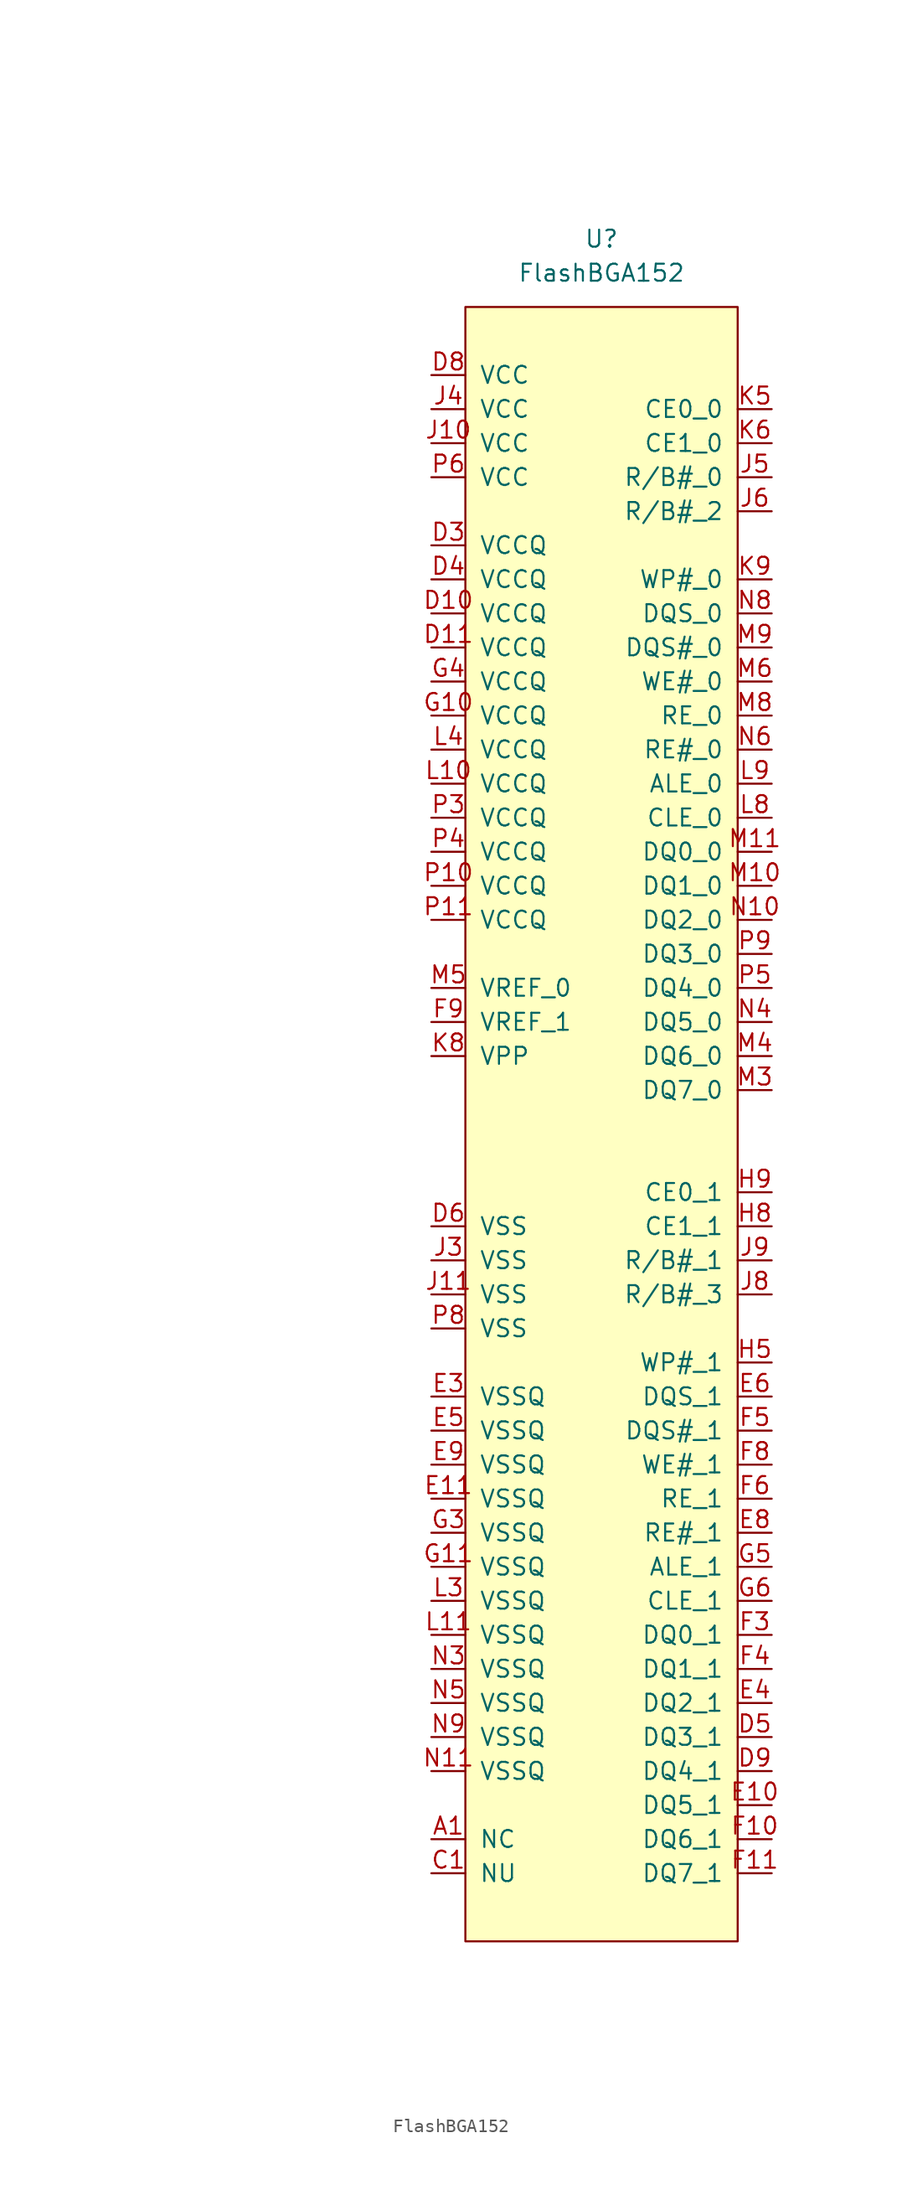
<source format=kicad_sym>
(kicad_symbol_lib
  (version 20211014)
  (generator kicad_symbol_editor)
  (symbol "FlashBGA152"
    (pin_names
      (offset 1.016))
    (property "Reference" "U"
      (at 0 0 0)
      (effects (font (size 1.27 1.27))))
    (property "Value" "FlashBGA152"
      (at 0 -2.54 0)
      (effects (font (size 1.27 1.27))))
    (symbol "FlashBGA152_0_1"
      (rectangle (start -10.16 -5.08) (end 10.16 -127) (stroke (width 0) (type default) (color 0 0 0 0)) (fill (type background))))
    (symbol "FlashBGA152_1_1"
      (pin input line (at -12.7 -119.38 0) (length 2.54) (name "NC" (effects (font (size 1.27 1.27)))) (number "A1" (effects (font (size 1.27 1.27)))))
      (pin input line (at -35.56 -38.1 0) (length 2.54) hide (name "NC" (effects (font (size 1.27 1.27)))) (number "A10" (effects (font (size 1.27 1.27)))))
      (pin input line (at -35.56 -40.64 0) (length 2.54) hide (name "NC" (effects (font (size 1.27 1.27)))) (number "A11" (effects (font (size 1.27 1.27)))))
      (pin input line (at -35.56 -43.18 0) (length 2.54) hide (name "NC" (effects (font (size 1.27 1.27)))) (number "A12" (effects (font (size 1.27 1.27)))))
      (pin input line (at -35.56 -45.72 0) (length 2.54) hide (name "NC" (effects (font (size 1.27 1.27)))) (number "A13" (effects (font (size 1.27 1.27)))))
      (pin input line (at -35.56 -48.26 0) (length 2.54) hide (name "NC" (effects (font (size 1.27 1.27)))) (number "A2" (effects (font (size 1.27 1.27)))))
      (pin input line (at -35.56 -50.8 0) (length 2.54) hide (name "NC" (effects (font (size 1.27 1.27)))) (number "A3" (effects (font (size 1.27 1.27)))))
      (pin input line (at -35.56 -53.34 0) (length 2.54) hide (name "NC" (effects (font (size 1.27 1.27)))) (number "A4" (effects (font (size 1.27 1.27)))))
      (pin input line (at -35.56 -55.88 0) (length 2.54) hide (name "NC" (effects (font (size 1.27 1.27)))) (number "B1" (effects (font (size 1.27 1.27)))))
      (pin input line (at -35.56 -58.42 0) (length 2.54) hide (name "NC" (effects (font (size 1.27 1.27)))) (number "B10" (effects (font (size 1.27 1.27)))))
      (pin input line (at -35.56 -60.96 0) (length 2.54) hide (name "NC" (effects (font (size 1.27 1.27)))) (number "B11" (effects (font (size 1.27 1.27)))))
      (pin input line (at -35.56 -63.5 0) (length 2.54) hide (name "NC" (effects (font (size 1.27 1.27)))) (number "B12" (effects (font (size 1.27 1.27)))))
      (pin input line (at -35.56 -66.04 0) (length 2.54) hide (name "NC" (effects (font (size 1.27 1.27)))) (number "B13" (effects (font (size 1.27 1.27)))))
      (pin input line (at -35.56 -68.58 0) (length 2.54) hide (name "NC" (effects (font (size 1.27 1.27)))) (number "B2" (effects (font (size 1.27 1.27)))))
      (pin input line (at -35.56 -71.12 0) (length 2.54) hide (name "NC" (effects (font (size 1.27 1.27)))) (number "B3" (effects (font (size 1.27 1.27)))))
      (pin input line (at -35.56 -73.66 0) (length 2.54) hide (name "NC" (effects (font (size 1.27 1.27)))) (number "B4" (effects (font (size 1.27 1.27)))))
      (pin input line (at -12.7 -121.92 0) (length 2.54) (name "NU" (effects (font (size 1.27 1.27)))) (number "C1" (effects (font (size 1.27 1.27)))))
      (pin input line (at -25.4 -38.1 0) (length 2.54) hide (name "NU" (effects (font (size 1.27 1.27)))) (number "C10" (effects (font (size 1.27 1.27)))))
      (pin input line (at -25.4 -40.64 0) (length 2.54) hide (name "NU" (effects (font (size 1.27 1.27)))) (number "C11" (effects (font (size 1.27 1.27)))))
      (pin input line (at -25.4 -43.18 0) (length 2.54) hide (name "NU" (effects (font (size 1.27 1.27)))) (number "C12" (effects (font (size 1.27 1.27)))))
      (pin input line (at -25.4 -45.72 0) (length 2.54) hide (name "NU" (effects (font (size 1.27 1.27)))) (number "C13" (effects (font (size 1.27 1.27)))))
      (pin input line (at -25.4 -48.26 0) (length 2.54) hide (name "NU" (effects (font (size 1.27 1.27)))) (number "C2" (effects (font (size 1.27 1.27)))))
      (pin input line (at -25.4 -50.8 0) (length 2.54) hide (name "NU" (effects (font (size 1.27 1.27)))) (number "C3" (effects (font (size 1.27 1.27)))))
      (pin input line (at -25.4 -53.34 0) (length 2.54) hide (name "NU" (effects (font (size 1.27 1.27)))) (number "C4" (effects (font (size 1.27 1.27)))))
      (pin input line (at -25.4 -55.88 0) (length 2.54) hide (name "NU" (effects (font (size 1.27 1.27)))) (number "D1" (effects (font (size 1.27 1.27)))))
      (pin input line (at -12.7 -27.94 0) (length 2.54) (name "VCCQ" (effects (font (size 1.27 1.27)))) (number "D10" (effects (font (size 1.27 1.27)))))
      (pin input line (at -12.7 -30.48 0) (length 2.54) (name "VCCQ" (effects (font (size 1.27 1.27)))) (number "D11" (effects (font (size 1.27 1.27)))))
      (pin input line (at -25.4 -58.42 0) (length 2.54) hide (name "NU" (effects (font (size 1.27 1.27)))) (number "D12" (effects (font (size 1.27 1.27)))))
      (pin input line (at -25.4 -60.96 0) (length 2.54) hide (name "NU" (effects (font (size 1.27 1.27)))) (number "D13" (effects (font (size 1.27 1.27)))))
      (pin input line (at -25.4 -63.5 0) (length 2.54) hide (name "NU" (effects (font (size 1.27 1.27)))) (number "D2" (effects (font (size 1.27 1.27)))))
      (pin input line (at -12.7 -22.86 0) (length 2.54) (name "VCCQ" (effects (font (size 1.27 1.27)))) (number "D3" (effects (font (size 1.27 1.27)))))
      (pin input line (at -12.7 -25.4 0) (length 2.54) (name "VCCQ" (effects (font (size 1.27 1.27)))) (number "D4" (effects (font (size 1.27 1.27)))))
      (pin input line (at 12.7 -111.76 180) (length 2.54) (name "DQ3_1" (effects (font (size 1.27 1.27)))) (number "D5" (effects (font (size 1.27 1.27)))))
      (pin input line (at -12.7 -73.66 0) (length 2.54) (name "VSS" (effects (font (size 1.27 1.27)))) (number "D6" (effects (font (size 1.27 1.27)))))
      (pin input line (at -12.7 -10.16 0) (length 2.54) (name "VCC" (effects (font (size 1.27 1.27)))) (number "D8" (effects (font (size 1.27 1.27)))))
      (pin input line (at 12.7 -114.3 180) (length 2.54) (name "DQ4_1" (effects (font (size 1.27 1.27)))) (number "D9" (effects (font (size 1.27 1.27)))))
      (pin input line (at -25.4 -66.04 0) (length 2.54) hide (name "NU" (effects (font (size 1.27 1.27)))) (number "E1" (effects (font (size 1.27 1.27)))))
      (pin input line (at 12.7 -116.84 180) (length 2.54) (name "DQ5_1" (effects (font (size 1.27 1.27)))) (number "E10" (effects (font (size 1.27 1.27)))))
      (pin input line (at -12.7 -93.98 0) (length 2.54) (name "VSSQ" (effects (font (size 1.27 1.27)))) (number "E11" (effects (font (size 1.27 1.27)))))
      (pin input line (at -25.4 -68.58 0) (length 2.54) hide (name "NU" (effects (font (size 1.27 1.27)))) (number "E12" (effects (font (size 1.27 1.27)))))
      (pin input line (at -25.4 -71.12 0) (length 2.54) hide (name "NU" (effects (font (size 1.27 1.27)))) (number "E13" (effects (font (size 1.27 1.27)))))
      (pin input line (at -25.4 -73.66 0) (length 2.54) hide (name "NU" (effects (font (size 1.27 1.27)))) (number "E2" (effects (font (size 1.27 1.27)))))
      (pin input line (at -12.7 -86.36 0) (length 2.54) (name "VSSQ" (effects (font (size 1.27 1.27)))) (number "E3" (effects (font (size 1.27 1.27)))))
      (pin input line (at 12.7 -109.22 180) (length 2.54) (name "DQ2_1" (effects (font (size 1.27 1.27)))) (number "E4" (effects (font (size 1.27 1.27)))))
      (pin input line (at -12.7 -88.9 0) (length 2.54) (name "VSSQ" (effects (font (size 1.27 1.27)))) (number "E5" (effects (font (size 1.27 1.27)))))
      (pin input line (at 12.7 -86.36 180) (length 2.54) (name "DQS_1" (effects (font (size 1.27 1.27)))) (number "E6" (effects (font (size 1.27 1.27)))))
      (pin input line (at 12.7 -96.52 180) (length 2.54) (name "RE#_1" (effects (font (size 1.27 1.27)))) (number "E8" (effects (font (size 1.27 1.27)))))
      (pin input line (at -12.7 -91.44 0) (length 2.54) (name "VSSQ" (effects (font (size 1.27 1.27)))) (number "E9" (effects (font (size 1.27 1.27)))))
      (pin input line (at 12.7 -119.38 180) (length 2.54) (name "DQ6_1" (effects (font (size 1.27 1.27)))) (number "F10" (effects (font (size 1.27 1.27)))))
      (pin input line (at 12.7 -121.92 180) (length 2.54) (name "DQ7_1" (effects (font (size 1.27 1.27)))) (number "F11" (effects (font (size 1.27 1.27)))))
      (pin input line (at 12.7 -104.14 180) (length 2.54) (name "DQ0_1" (effects (font (size 1.27 1.27)))) (number "F3" (effects (font (size 1.27 1.27)))))
      (pin input line (at 12.7 -106.68 180) (length 2.54) (name "DQ1_1" (effects (font (size 1.27 1.27)))) (number "F4" (effects (font (size 1.27 1.27)))))
      (pin input line (at 12.7 -88.9 180) (length 2.54) (name "DQS#_1" (effects (font (size 1.27 1.27)))) (number "F5" (effects (font (size 1.27 1.27)))))
      (pin input line (at 12.7 -93.98 180) (length 2.54) (name "RE_1" (effects (font (size 1.27 1.27)))) (number "F6" (effects (font (size 1.27 1.27)))))
      (pin input line (at 12.7 -91.44 180) (length 2.54) (name "WE#_1" (effects (font (size 1.27 1.27)))) (number "F8" (effects (font (size 1.27 1.27)))))
      (pin input line (at -12.7 -58.42 0) (length 2.54) (name "VREF_1" (effects (font (size 1.27 1.27)))) (number "F9" (effects (font (size 1.27 1.27)))))
      (pin input line (at -12.7 -35.56 0) (length 2.54) (name "VCCQ" (effects (font (size 1.27 1.27)))) (number "G10" (effects (font (size 1.27 1.27)))))
      (pin input line (at -12.7 -99.06 0) (length 2.54) (name "VSSQ" (effects (font (size 1.27 1.27)))) (number "G11" (effects (font (size 1.27 1.27)))))
      (pin input line (at -12.7 -96.52 0) (length 2.54) (name "VSSQ" (effects (font (size 1.27 1.27)))) (number "G3" (effects (font (size 1.27 1.27)))))
      (pin input line (at -12.7 -33.02 0) (length 2.54) (name "VCCQ" (effects (font (size 1.27 1.27)))) (number "G4" (effects (font (size 1.27 1.27)))))
      (pin input line (at 12.7 -99.06 180) (length 2.54) (name "ALE_1" (effects (font (size 1.27 1.27)))) (number "G5" (effects (font (size 1.27 1.27)))))
      (pin input line (at 12.7 -101.6 180) (length 2.54) (name "CLE_1" (effects (font (size 1.27 1.27)))) (number "G6" (effects (font (size 1.27 1.27)))))
      (pin input line (at -25.4 -76.2 0) (length 2.54) hide (name "NU" (effects (font (size 1.27 1.27)))) (number "H11" (effects (font (size 1.27 1.27)))))
      (pin input line (at -25.4 -78.74 0) (length 2.54) hide (name "NU" (effects (font (size 1.27 1.27)))) (number "H3" (effects (font (size 1.27 1.27)))))
      (pin input line (at -25.4 -81.28 0) (length 2.54) hide (name "NU" (effects (font (size 1.27 1.27)))) (number "H4" (effects (font (size 1.27 1.27)))))
      (pin input line (at 12.7 -83.82 180) (length 2.54) (name "WP#_1" (effects (font (size 1.27 1.27)))) (number "H5" (effects (font (size 1.27 1.27)))))
      (pin input line (at -25.4 -83.82 0) (length 2.54) hide (name "NU" (effects (font (size 1.27 1.27)))) (number "H6" (effects (font (size 1.27 1.27)))))
      (pin input line (at 12.7 -73.66 180) (length 2.54) (name "CE1_1" (effects (font (size 1.27 1.27)))) (number "H8" (effects (font (size 1.27 1.27)))))
      (pin input line (at 12.7 -71.12 180) (length 2.54) (name "CE0_1" (effects (font (size 1.27 1.27)))) (number "H9" (effects (font (size 1.27 1.27)))))
      (pin input line (at -12.7 -15.24 0) (length 2.54) (name "VCC" (effects (font (size 1.27 1.27)))) (number "J10" (effects (font (size 1.27 1.27)))))
      (pin input line (at -12.7 -78.74 0) (length 2.54) (name "VSS" (effects (font (size 1.27 1.27)))) (number "J11" (effects (font (size 1.27 1.27)))))
      (pin input line (at -12.7 -76.2 0) (length 2.54) (name "VSS" (effects (font (size 1.27 1.27)))) (number "J3" (effects (font (size 1.27 1.27)))))
      (pin input line (at -12.7 -12.7 0) (length 2.54) (name "VCC" (effects (font (size 1.27 1.27)))) (number "J4" (effects (font (size 1.27 1.27)))))
      (pin input line (at 12.7 -17.78 180) (length 2.54) (name "R/B#_0" (effects (font (size 1.27 1.27)))) (number "J5" (effects (font (size 1.27 1.27)))))
      (pin input line (at 12.7 -20.32 180) (length 2.54) (name "R/B#_2" (effects (font (size 1.27 1.27)))) (number "J6" (effects (font (size 1.27 1.27)))))
      (pin input line (at 12.7 -78.74 180) (length 2.54) (name "R/B#_3" (effects (font (size 1.27 1.27)))) (number "J8" (effects (font (size 1.27 1.27)))))
      (pin input line (at 12.7 -76.2 180) (length 2.54) (name "R/B#_1" (effects (font (size 1.27 1.27)))) (number "J9" (effects (font (size 1.27 1.27)))))
      (pin input line (at -25.4 -86.36 0) (length 2.54) hide (name "NU" (effects (font (size 1.27 1.27)))) (number "K10" (effects (font (size 1.27 1.27)))))
      (pin input line (at -25.4 -88.9 0) (length 2.54) hide (name "NU" (effects (font (size 1.27 1.27)))) (number "K11" (effects (font (size 1.27 1.27)))))
      (pin input line (at -25.4 -91.44 0) (length 2.54) hide (name "NU" (effects (font (size 1.27 1.27)))) (number "K3" (effects (font (size 1.27 1.27)))))
      (pin input line (at 12.7 -12.7 180) (length 2.54) (name "CE0_0" (effects (font (size 1.27 1.27)))) (number "K5" (effects (font (size 1.27 1.27)))))
      (pin input line (at 12.7 -15.24 180) (length 2.54) (name "CE1_0" (effects (font (size 1.27 1.27)))) (number "K6" (effects (font (size 1.27 1.27)))))
      (pin input line (at -12.7 -60.96 0) (length 2.54) (name "VPP" (effects (font (size 1.27 1.27)))) (number "K8" (effects (font (size 1.27 1.27)))))
      (pin input line (at 12.7 -25.4 180) (length 2.54) (name "WP#_0" (effects (font (size 1.27 1.27)))) (number "K9" (effects (font (size 1.27 1.27)))))
      (pin input line (at -12.7 -40.64 0) (length 2.54) (name "VCCQ" (effects (font (size 1.27 1.27)))) (number "L10" (effects (font (size 1.27 1.27)))))
      (pin input line (at -12.7 -104.14 0) (length 2.54) (name "VSSQ" (effects (font (size 1.27 1.27)))) (number "L11" (effects (font (size 1.27 1.27)))))
      (pin input line (at -12.7 -101.6 0) (length 2.54) (name "VSSQ" (effects (font (size 1.27 1.27)))) (number "L3" (effects (font (size 1.27 1.27)))))
      (pin input line (at -12.7 -38.1 0) (length 2.54) (name "VCCQ" (effects (font (size 1.27 1.27)))) (number "L4" (effects (font (size 1.27 1.27)))))
      (pin input line (at 12.7 -43.18 180) (length 2.54) (name "CLE_0" (effects (font (size 1.27 1.27)))) (number "L8" (effects (font (size 1.27 1.27)))))
      (pin input line (at 12.7 -40.64 180) (length 2.54) (name "ALE_0" (effects (font (size 1.27 1.27)))) (number "L9" (effects (font (size 1.27 1.27)))))
      (pin input line (at 12.7 -48.26 180) (length 2.54) (name "DQ1_0" (effects (font (size 1.27 1.27)))) (number "M10" (effects (font (size 1.27 1.27)))))
      (pin input line (at 12.7 -45.72 180) (length 2.54) (name "DQ0_0" (effects (font (size 1.27 1.27)))) (number "M11" (effects (font (size 1.27 1.27)))))
      (pin input line (at 12.7 -63.5 180) (length 2.54) (name "DQ7_0" (effects (font (size 1.27 1.27)))) (number "M3" (effects (font (size 1.27 1.27)))))
      (pin input line (at 12.7 -60.96 180) (length 2.54) (name "DQ6_0" (effects (font (size 1.27 1.27)))) (number "M4" (effects (font (size 1.27 1.27)))))
      (pin input line (at -12.7 -55.88 0) (length 2.54) (name "VREF_0" (effects (font (size 1.27 1.27)))) (number "M5" (effects (font (size 1.27 1.27)))))
      (pin input line (at 12.7 -33.02 180) (length 2.54) (name "WE#_0" (effects (font (size 1.27 1.27)))) (number "M6" (effects (font (size 1.27 1.27)))))
      (pin input line (at 12.7 -35.56 180) (length 2.54) (name "RE_0" (effects (font (size 1.27 1.27)))) (number "M8" (effects (font (size 1.27 1.27)))))
      (pin input line (at 12.7 -30.48 180) (length 2.54) (name "DQS#_0" (effects (font (size 1.27 1.27)))) (number "M9" (effects (font (size 1.27 1.27)))))
      (pin input line (at -25.4 -93.98 0) (length 2.54) hide (name "NU" (effects (font (size 1.27 1.27)))) (number "N1" (effects (font (size 1.27 1.27)))))
      (pin input line (at 12.7 -50.8 180) (length 2.54) (name "DQ2_0" (effects (font (size 1.27 1.27)))) (number "N10" (effects (font (size 1.27 1.27)))))
      (pin input line (at -12.7 -114.3 0) (length 2.54) (name "VSSQ" (effects (font (size 1.27 1.27)))) (number "N11" (effects (font (size 1.27 1.27)))))
      (pin input line (at -25.4 -96.52 0) (length 2.54) hide (name "NU" (effects (font (size 1.27 1.27)))) (number "N12" (effects (font (size 1.27 1.27)))))
      (pin input line (at -25.4 -99.06 0) (length 2.54) hide (name "NU" (effects (font (size 1.27 1.27)))) (number "N13" (effects (font (size 1.27 1.27)))))
      (pin input line (at -25.4 -101.6 0) (length 2.54) hide (name "NU" (effects (font (size 1.27 1.27)))) (number "N2" (effects (font (size 1.27 1.27)))))
      (pin input line (at -12.7 -106.68 0) (length 2.54) (name "VSSQ" (effects (font (size 1.27 1.27)))) (number "N3" (effects (font (size 1.27 1.27)))))
      (pin input line (at 12.7 -58.42 180) (length 2.54) (name "DQ5_0" (effects (font (size 1.27 1.27)))) (number "N4" (effects (font (size 1.27 1.27)))))
      (pin input line (at -12.7 -109.22 0) (length 2.54) (name "VSSQ" (effects (font (size 1.27 1.27)))) (number "N5" (effects (font (size 1.27 1.27)))))
      (pin input line (at 12.7 -38.1 180) (length 2.54) (name "RE#_0" (effects (font (size 1.27 1.27)))) (number "N6" (effects (font (size 1.27 1.27)))))
      (pin input line (at 12.7 -27.94 180) (length 2.54) (name "DQS_0" (effects (font (size 1.27 1.27)))) (number "N8" (effects (font (size 1.27 1.27)))))
      (pin input line (at -12.7 -111.76 0) (length 2.54) (name "VSSQ" (effects (font (size 1.27 1.27)))) (number "N9" (effects (font (size 1.27 1.27)))))
      (pin input line (at -12.7 -48.26 0) (length 2.54) (name "VCCQ" (effects (font (size 1.27 1.27)))) (number "P10" (effects (font (size 1.27 1.27)))))
      (pin input line (at -12.7 -50.8 0) (length 2.54) (name "VCCQ" (effects (font (size 1.27 1.27)))) (number "P11" (effects (font (size 1.27 1.27)))))
      (pin input line (at -12.7 -43.18 0) (length 2.54) (name "VCCQ" (effects (font (size 1.27 1.27)))) (number "P3" (effects (font (size 1.27 1.27)))))
      (pin input line (at -12.7 -45.72 0) (length 2.54) (name "VCCQ" (effects (font (size 1.27 1.27)))) (number "P4" (effects (font (size 1.27 1.27)))))
      (pin input line (at 12.7 -55.88 180) (length 2.54) (name "DQ4_0" (effects (font (size 1.27 1.27)))) (number "P5" (effects (font (size 1.27 1.27)))))
      (pin input line (at -12.7 -17.78 0) (length 2.54) (name "VCC" (effects (font (size 1.27 1.27)))) (number "P6" (effects (font (size 1.27 1.27)))))
      (pin input line (at -12.7 -81.28 0) (length 2.54) (name "VSS" (effects (font (size 1.27 1.27)))) (number "P8" (effects (font (size 1.27 1.27)))))
      (pin input line (at 12.7 -53.34 180) (length 2.54) (name "DQ3_0" (effects (font (size 1.27 1.27)))) (number "P9" (effects (font (size 1.27 1.27)))))
      (pin input line (at -25.4 -104.14 0) (length 2.54) hide (name "NU" (effects (font (size 1.27 1.27)))) (number "R1" (effects (font (size 1.27 1.27)))))
      (pin input line (at -25.4 -106.68 0) (length 2.54) hide (name "NU" (effects (font (size 1.27 1.27)))) (number "R10" (effects (font (size 1.27 1.27)))))
      (pin input line (at -25.4 -109.22 0) (length 2.54) hide (name "NU" (effects (font (size 1.27 1.27)))) (number "R11" (effects (font (size 1.27 1.27)))))
      (pin input line (at -25.4 -111.76 0) (length 2.54) hide (name "NU" (effects (font (size 1.27 1.27)))) (number "R12" (effects (font (size 1.27 1.27)))))
      (pin input line (at -25.4 -114.3 0) (length 2.54) hide (name "NU" (effects (font (size 1.27 1.27)))) (number "R13" (effects (font (size 1.27 1.27)))))
      (pin input line (at -25.4 -116.84 0) (length 2.54) hide (name "NU" (effects (font (size 1.27 1.27)))) (number "R2" (effects (font (size 1.27 1.27)))))
      (pin input line (at -25.4 -119.38 0) (length 2.54) hide (name "NU" (effects (font (size 1.27 1.27)))) (number "R3" (effects (font (size 1.27 1.27)))))
      (pin input line (at -25.4 -121.92 0) (length 2.54) hide (name "NU" (effects (font (size 1.27 1.27)))) (number "R4" (effects (font (size 1.27 1.27)))))
      (pin input line (at -35.56 -76.2 0) (length 2.54) hide (name "NC" (effects (font (size 1.27 1.27)))) (number "T1" (effects (font (size 1.27 1.27)))))
      (pin input line (at -35.56 -78.74 0) (length 2.54) hide (name "NC" (effects (font (size 1.27 1.27)))) (number "T10" (effects (font (size 1.27 1.27)))))
      (pin input line (at -35.56 -81.28 0) (length 2.54) hide (name "NC" (effects (font (size 1.27 1.27)))) (number "T11" (effects (font (size 1.27 1.27)))))
      (pin input line (at -35.56 -83.82 0) (length 2.54) hide (name "NC" (effects (font (size 1.27 1.27)))) (number "T12" (effects (font (size 1.27 1.27)))))
      (pin input line (at -35.56 -86.36 0) (length 2.54) hide (name "NC" (effects (font (size 1.27 1.27)))) (number "T13" (effects (font (size 1.27 1.27)))))
      (pin input line (at -35.56 -88.9 0) (length 2.54) hide (name "NC" (effects (font (size 1.27 1.27)))) (number "T2" (effects (font (size 1.27 1.27)))))
      (pin input line (at -35.56 -91.44 0) (length 2.54) hide (name "NC" (effects (font (size 1.27 1.27)))) (number "T3" (effects (font (size 1.27 1.27)))))
      (pin input line (at -35.56 -93.98 0) (length 2.54) hide (name "NC" (effects (font (size 1.27 1.27)))) (number "T4" (effects (font (size 1.27 1.27)))))
      (pin input line (at -35.56 -96.52 0) (length 2.54) hide (name "NC" (effects (font (size 1.27 1.27)))) (number "U1" (effects (font (size 1.27 1.27)))))
      (pin input line (at -35.56 -99.06 0) (length 2.54) hide (name "NC" (effects (font (size 1.27 1.27)))) (number "U10" (effects (font (size 1.27 1.27)))))
      (pin input line (at -35.56 -101.6 0) (length 2.54) hide (name "NC" (effects (font (size 1.27 1.27)))) (number "U11" (effects (font (size 1.27 1.27)))))
      (pin input line (at -35.56 -104.14 0) (length 2.54) hide (name "NC" (effects (font (size 1.27 1.27)))) (number "U12" (effects (font (size 1.27 1.27)))))
      (pin input line (at -35.56 -106.68 0) (length 2.54) hide (name "NC" (effects (font (size 1.27 1.27)))) (number "U13" (effects (font (size 1.27 1.27)))))
      (pin input line (at -35.56 -109.22 0) (length 2.54) hide (name "NC" (effects (font (size 1.27 1.27)))) (number "U2" (effects (font (size 1.27 1.27)))))
      (pin input line (at -35.56 -111.76 0) (length 2.54) hide (name "NC" (effects (font (size 1.27 1.27)))) (number "U3" (effects (font (size 1.27 1.27)))))
      (pin input line (at -35.56 -114.3 0) (length 2.54) hide (name "NC" (effects (font (size 1.27 1.27)))) (number "U4" (effects (font (size 1.27 1.27))))))))
</source>
